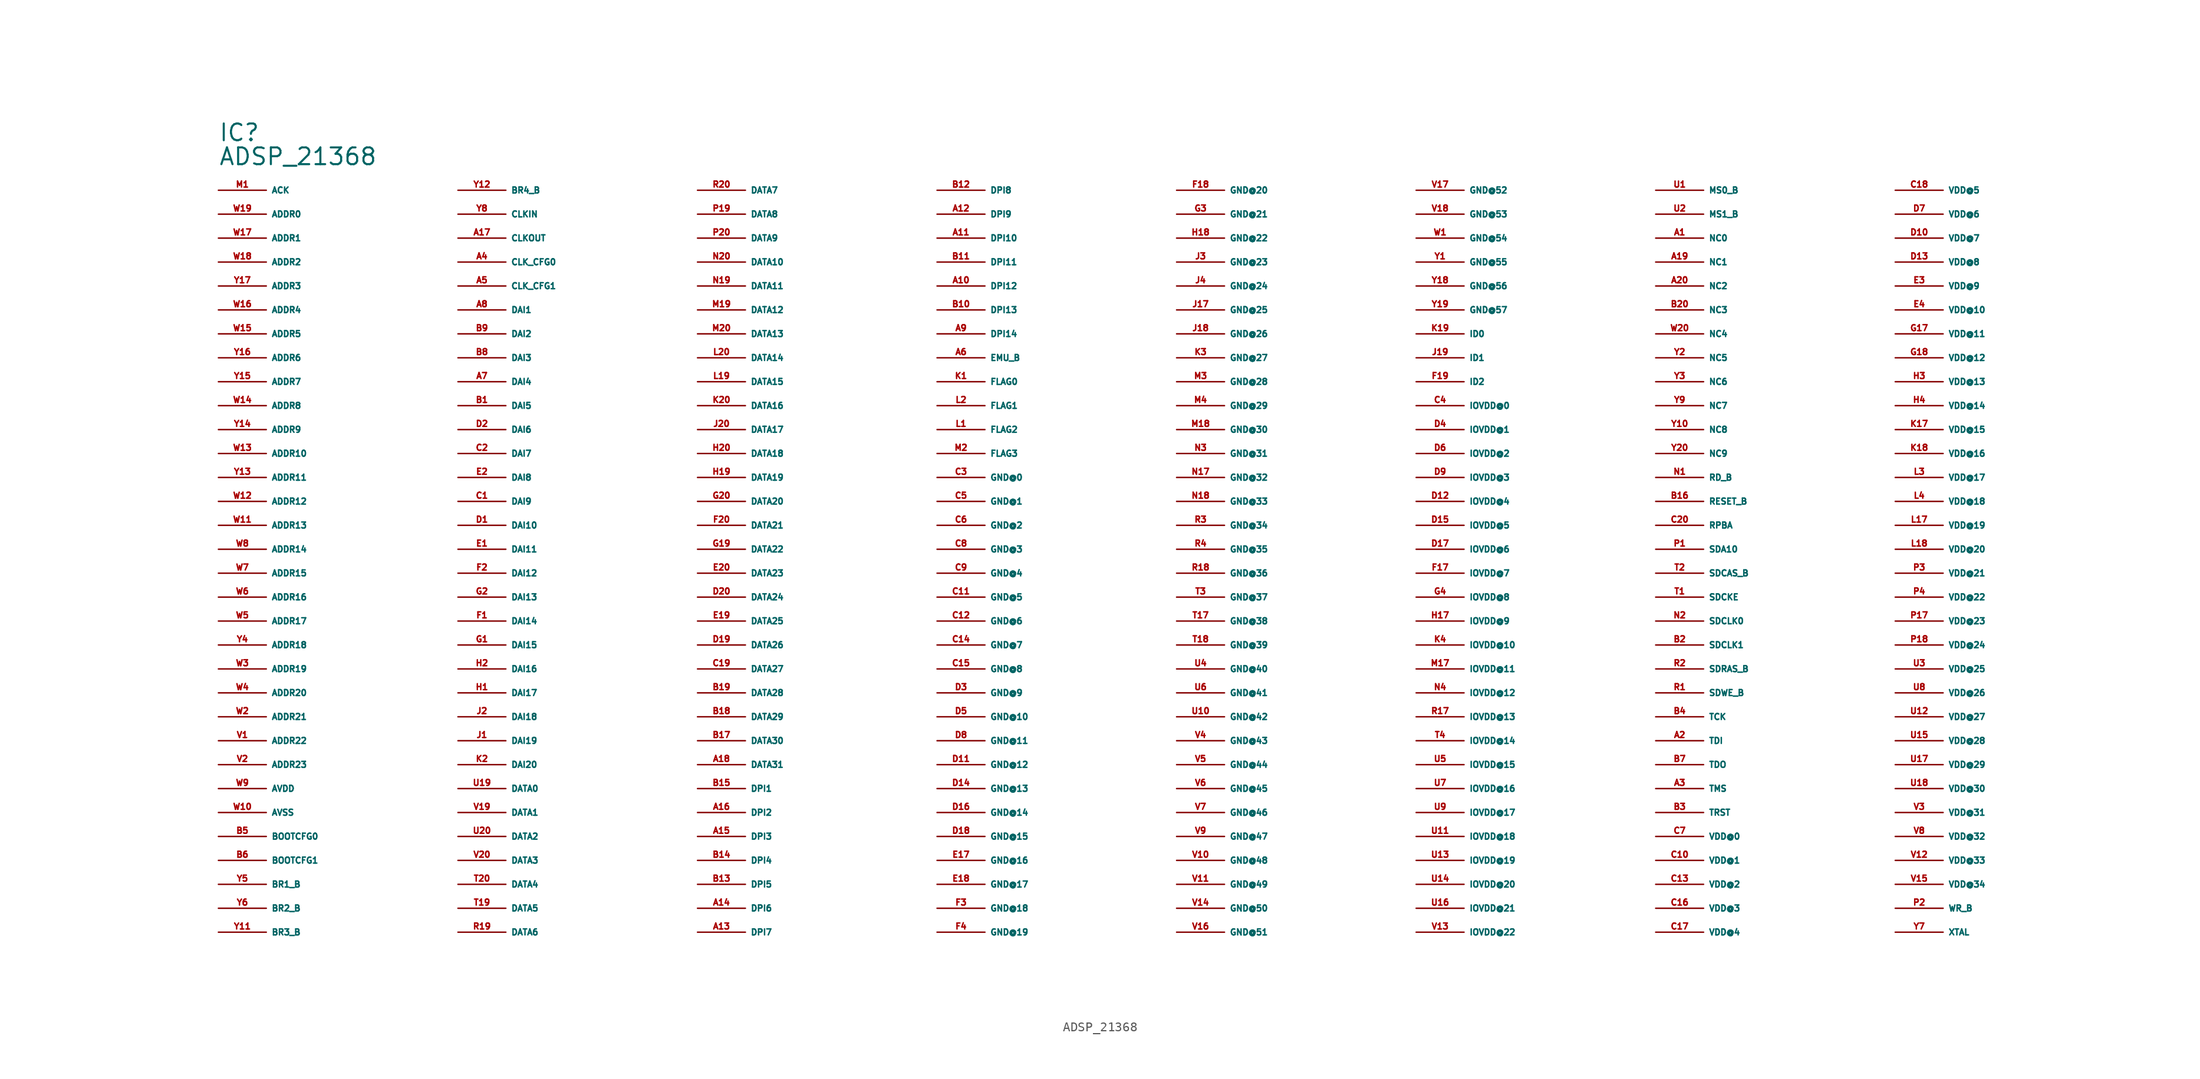
<source format=kicad_sym>
(kicad_symbol_lib
  (version 20220914)
  (generator Eagle2Kicad)
  (symbol "ADSP_21368"
    (property "Reference" "IC"
      (at -106.68 45.72 0)
      (effects (font (size 1.778 1.778) (thickness 0.22)) (justify left bottom)))
    (property "Value" "ADSP_21368"
      (at -106.68 43.18 0)
      (effects (font (size 1.778 1.778) (thickness 0.22)) (justify left bottom)))
    (pin input line
      (at -106.68 40.64 0)
      (length 5.08)
      (name "ACK" (effects (font (size 0.635 0.635) (thickness 0.08)) (justify left bottom)))
      (number "M1" (effects (font (size 0.635 0.635) (thickness 0.08)) (justify left bottom))))
    (pin output line
      (at -106.68 38.1 0)
      (length 5.08)
      (name "ADDR0" (effects (font (size 0.635 0.635) (thickness 0.08)) (justify left bottom)))
      (number "W19" (effects (font (size 0.635 0.635) (thickness 0.08)) (justify left bottom))))
    (pin output line
      (at -106.68 35.56 0)
      (length 5.08)
      (name "ADDR1" (effects (font (size 0.635 0.635) (thickness 0.08)) (justify left bottom)))
      (number "W17" (effects (font (size 0.635 0.635) (thickness 0.08)) (justify left bottom))))
    (pin output line
      (at -106.68 33.02 0)
      (length 5.08)
      (name "ADDR2" (effects (font (size 0.635 0.635) (thickness 0.08)) (justify left bottom)))
      (number "W18" (effects (font (size 0.635 0.635) (thickness 0.08)) (justify left bottom))))
    (pin output line
      (at -106.68 30.48 0)
      (length 5.08)
      (name "ADDR3" (effects (font (size 0.635 0.635) (thickness 0.08)) (justify left bottom)))
      (number "Y17" (effects (font (size 0.635 0.635) (thickness 0.08)) (justify left bottom))))
    (pin output line
      (at -106.68 27.94 0)
      (length 5.08)
      (name "ADDR4" (effects (font (size 0.635 0.635) (thickness 0.08)) (justify left bottom)))
      (number "W16" (effects (font (size 0.635 0.635) (thickness 0.08)) (justify left bottom))))
    (pin output line
      (at -106.68 25.4 0)
      (length 5.08)
      (name "ADDR5" (effects (font (size 0.635 0.635) (thickness 0.08)) (justify left bottom)))
      (number "W15" (effects (font (size 0.635 0.635) (thickness 0.08)) (justify left bottom))))
    (pin output line
      (at -106.68 22.86 0)
      (length 5.08)
      (name "ADDR6" (effects (font (size 0.635 0.635) (thickness 0.08)) (justify left bottom)))
      (number "Y16" (effects (font (size 0.635 0.635) (thickness 0.08)) (justify left bottom))))
    (pin output line
      (at -106.68 20.32 0)
      (length 5.08)
      (name "ADDR7" (effects (font (size 0.635 0.635) (thickness 0.08)) (justify left bottom)))
      (number "Y15" (effects (font (size 0.635 0.635) (thickness 0.08)) (justify left bottom))))
    (pin output line
      (at -106.68 17.78 0)
      (length 5.08)
      (name "ADDR8" (effects (font (size 0.635 0.635) (thickness 0.08)) (justify left bottom)))
      (number "W14" (effects (font (size 0.635 0.635) (thickness 0.08)) (justify left bottom))))
    (pin output line
      (at -106.68 15.24 0)
      (length 5.08)
      (name "ADDR9" (effects (font (size 0.635 0.635) (thickness 0.08)) (justify left bottom)))
      (number "Y14" (effects (font (size 0.635 0.635) (thickness 0.08)) (justify left bottom))))
    (pin output line
      (at -106.68 12.7 0)
      (length 5.08)
      (name "ADDR10" (effects (font (size 0.635 0.635) (thickness 0.08)) (justify left bottom)))
      (number "W13" (effects (font (size 0.635 0.635) (thickness 0.08)) (justify left bottom))))
    (pin output line
      (at -106.68 10.16 0)
      (length 5.08)
      (name "ADDR11" (effects (font (size 0.635 0.635) (thickness 0.08)) (justify left bottom)))
      (number "Y13" (effects (font (size 0.635 0.635) (thickness 0.08)) (justify left bottom))))
    (pin output line
      (at -106.68 7.62 0)
      (length 5.08)
      (name "ADDR12" (effects (font (size 0.635 0.635) (thickness 0.08)) (justify left bottom)))
      (number "W12" (effects (font (size 0.635 0.635) (thickness 0.08)) (justify left bottom))))
    (pin output line
      (at -106.68 5.08 0)
      (length 5.08)
      (name "ADDR13" (effects (font (size 0.635 0.635) (thickness 0.08)) (justify left bottom)))
      (number "W11" (effects (font (size 0.635 0.635) (thickness 0.08)) (justify left bottom))))
    (pin output line
      (at -106.68 2.54 0)
      (length 5.08)
      (name "ADDR14" (effects (font (size 0.635 0.635) (thickness 0.08)) (justify left bottom)))
      (number "W8" (effects (font (size 0.635 0.635) (thickness 0.08)) (justify left bottom))))
    (pin output line
      (at -106.68 0 0)
      (length 5.08)
      (name "ADDR15" (effects (font (size 0.635 0.635) (thickness 0.08)) (justify left bottom)))
      (number "W7" (effects (font (size 0.635 0.635) (thickness 0.08)) (justify left bottom))))
    (pin output line
      (at -106.68 -2.54 0)
      (length 5.08)
      (name "ADDR16" (effects (font (size 0.635 0.635) (thickness 0.08)) (justify left bottom)))
      (number "W6" (effects (font (size 0.635 0.635) (thickness 0.08)) (justify left bottom))))
    (pin output line
      (at -106.68 -5.08 0)
      (length 5.08)
      (name "ADDR17" (effects (font (size 0.635 0.635) (thickness 0.08)) (justify left bottom)))
      (number "W5" (effects (font (size 0.635 0.635) (thickness 0.08)) (justify left bottom))))
    (pin output line
      (at -106.68 -7.62 0)
      (length 5.08)
      (name "ADDR18" (effects (font (size 0.635 0.635) (thickness 0.08)) (justify left bottom)))
      (number "Y4" (effects (font (size 0.635 0.635) (thickness 0.08)) (justify left bottom))))
    (pin output line
      (at -106.68 -10.16 0)
      (length 5.08)
      (name "ADDR19" (effects (font (size 0.635 0.635) (thickness 0.08)) (justify left bottom)))
      (number "W3" (effects (font (size 0.635 0.635) (thickness 0.08)) (justify left bottom))))
    (pin output line
      (at -106.68 -12.7 0)
      (length 5.08)
      (name "ADDR20" (effects (font (size 0.635 0.635) (thickness 0.08)) (justify left bottom)))
      (number "W4" (effects (font (size 0.635 0.635) (thickness 0.08)) (justify left bottom))))
    (pin output line
      (at -106.68 -15.24 0)
      (length 5.08)
      (name "ADDR21" (effects (font (size 0.635 0.635) (thickness 0.08)) (justify left bottom)))
      (number "W2" (effects (font (size 0.635 0.635) (thickness 0.08)) (justify left bottom))))
    (pin output line
      (at -106.68 -17.78 0)
      (length 5.08)
      (name "ADDR22" (effects (font (size 0.635 0.635) (thickness 0.08)) (justify left bottom)))
      (number "V1" (effects (font (size 0.635 0.635) (thickness 0.08)) (justify left bottom))))
    (pin output line
      (at -106.68 -20.32 0)
      (length 5.08)
      (name "ADDR23" (effects (font (size 0.635 0.635) (thickness 0.08)) (justify left bottom)))
      (number "V2" (effects (font (size 0.635 0.635) (thickness 0.08)) (justify left bottom))))
    (pin unspecified line
      (at -106.68 -22.86 0)
      (length 5.08)
      (name "AVDD" (effects (font (size 0.635 0.635) (thickness 0.08)) (justify left bottom)))
      (number "W9" (effects (font (size 0.635 0.635) (thickness 0.08)) (justify left bottom))))
    (pin unspecified line
      (at -106.68 -25.4 0)
      (length 5.08)
      (name "AVSS" (effects (font (size 0.635 0.635) (thickness 0.08)) (justify left bottom)))
      (number "W10" (effects (font (size 0.635 0.635) (thickness 0.08)) (justify left bottom))))
    (pin input line
      (at -106.68 -27.94 0)
      (length 5.08)
      (name "BOOTCFG0" (effects (font (size 0.635 0.635) (thickness 0.08)) (justify left bottom)))
      (number "B5" (effects (font (size 0.635 0.635) (thickness 0.08)) (justify left bottom))))
    (pin input line
      (at -106.68 -30.48 0)
      (length 5.08)
      (name "BOOTCFG1" (effects (font (size 0.635 0.635) (thickness 0.08)) (justify left bottom)))
      (number "B6" (effects (font (size 0.635 0.635) (thickness 0.08)) (justify left bottom))))
    (pin bidirectional line
      (at -106.68 -33.02 0)
      (length 5.08)
      (name "BR1_B" (effects (font (size 0.635 0.635) (thickness 0.08)) (justify left bottom)))
      (number "Y5" (effects (font (size 0.635 0.635) (thickness 0.08)) (justify left bottom))))
    (pin bidirectional line
      (at -106.68 -35.56 0)
      (length 5.08)
      (name "BR2_B" (effects (font (size 0.635 0.635) (thickness 0.08)) (justify left bottom)))
      (number "Y6" (effects (font (size 0.635 0.635) (thickness 0.08)) (justify left bottom))))
    (pin bidirectional line
      (at -106.68 -38.1 0)
      (length 5.08)
      (name "BR3_B" (effects (font (size 0.635 0.635) (thickness 0.08)) (justify left bottom)))
      (number "Y11" (effects (font (size 0.635 0.635) (thickness 0.08)) (justify left bottom))))
    (pin bidirectional line
      (at -81.28 40.64 0)
      (length 5.08)
      (name "BR4_B" (effects (font (size 0.635 0.635) (thickness 0.08)) (justify left bottom)))
      (number "Y12" (effects (font (size 0.635 0.635) (thickness 0.08)) (justify left bottom))))
    (pin input line
      (at -81.28 38.1 0)
      (length 5.08)
      (name "CLKIN" (effects (font (size 0.635 0.635) (thickness 0.08)) (justify left bottom)))
      (number "Y8" (effects (font (size 0.635 0.635) (thickness 0.08)) (justify left bottom))))
    (pin output line
      (at -81.28 35.56 0)
      (length 5.08)
      (name "CLKOUT" (effects (font (size 0.635 0.635) (thickness 0.08)) (justify left bottom)))
      (number "A17" (effects (font (size 0.635 0.635) (thickness 0.08)) (justify left bottom))))
    (pin input line
      (at -81.28 33.02 0)
      (length 5.08)
      (name "CLK_CFG0" (effects (font (size 0.635 0.635) (thickness 0.08)) (justify left bottom)))
      (number "A4" (effects (font (size 0.635 0.635) (thickness 0.08)) (justify left bottom))))
    (pin input line
      (at -81.28 30.48 0)
      (length 5.08)
      (name "CLK_CFG1" (effects (font (size 0.635 0.635) (thickness 0.08)) (justify left bottom)))
      (number "A5" (effects (font (size 0.635 0.635) (thickness 0.08)) (justify left bottom))))
    (pin bidirectional line
      (at -81.28 27.94 0)
      (length 5.08)
      (name "DAI1" (effects (font (size 0.635 0.635) (thickness 0.08)) (justify left bottom)))
      (number "A8" (effects (font (size 0.635 0.635) (thickness 0.08)) (justify left bottom))))
    (pin bidirectional line
      (at -81.28 25.4 0)
      (length 5.08)
      (name "DAI2" (effects (font (size 0.635 0.635) (thickness 0.08)) (justify left bottom)))
      (number "B9" (effects (font (size 0.635 0.635) (thickness 0.08)) (justify left bottom))))
    (pin bidirectional line
      (at -81.28 22.86 0)
      (length 5.08)
      (name "DAI3" (effects (font (size 0.635 0.635) (thickness 0.08)) (justify left bottom)))
      (number "B8" (effects (font (size 0.635 0.635) (thickness 0.08)) (justify left bottom))))
    (pin bidirectional line
      (at -81.28 20.32 0)
      (length 5.08)
      (name "DAI4" (effects (font (size 0.635 0.635) (thickness 0.08)) (justify left bottom)))
      (number "A7" (effects (font (size 0.635 0.635) (thickness 0.08)) (justify left bottom))))
    (pin bidirectional line
      (at -81.28 17.78 0)
      (length 5.08)
      (name "DAI5" (effects (font (size 0.635 0.635) (thickness 0.08)) (justify left bottom)))
      (number "B1" (effects (font (size 0.635 0.635) (thickness 0.08)) (justify left bottom))))
    (pin bidirectional line
      (at -81.28 15.24 0)
      (length 5.08)
      (name "DAI6" (effects (font (size 0.635 0.635) (thickness 0.08)) (justify left bottom)))
      (number "D2" (effects (font (size 0.635 0.635) (thickness 0.08)) (justify left bottom))))
    (pin bidirectional line
      (at -81.28 12.7 0)
      (length 5.08)
      (name "DAI7" (effects (font (size 0.635 0.635) (thickness 0.08)) (justify left bottom)))
      (number "C2" (effects (font (size 0.635 0.635) (thickness 0.08)) (justify left bottom))))
    (pin bidirectional line
      (at -81.28 10.16 0)
      (length 5.08)
      (name "DAI8" (effects (font (size 0.635 0.635) (thickness 0.08)) (justify left bottom)))
      (number "E2" (effects (font (size 0.635 0.635) (thickness 0.08)) (justify left bottom))))
    (pin bidirectional line
      (at -81.28 7.62 0)
      (length 5.08)
      (name "DAI9" (effects (font (size 0.635 0.635) (thickness 0.08)) (justify left bottom)))
      (number "C1" (effects (font (size 0.635 0.635) (thickness 0.08)) (justify left bottom))))
    (pin bidirectional line
      (at -81.28 5.08 0)
      (length 5.08)
      (name "DAI10" (effects (font (size 0.635 0.635) (thickness 0.08)) (justify left bottom)))
      (number "D1" (effects (font (size 0.635 0.635) (thickness 0.08)) (justify left bottom))))
    (pin bidirectional line
      (at -81.28 2.54 0)
      (length 5.08)
      (name "DAI11" (effects (font (size 0.635 0.635) (thickness 0.08)) (justify left bottom)))
      (number "E1" (effects (font (size 0.635 0.635) (thickness 0.08)) (justify left bottom))))
    (pin bidirectional line
      (at -81.28 0 0)
      (length 5.08)
      (name "DAI12" (effects (font (size 0.635 0.635) (thickness 0.08)) (justify left bottom)))
      (number "F2" (effects (font (size 0.635 0.635) (thickness 0.08)) (justify left bottom))))
    (pin bidirectional line
      (at -81.28 -2.54 0)
      (length 5.08)
      (name "DAI13" (effects (font (size 0.635 0.635) (thickness 0.08)) (justify left bottom)))
      (number "G2" (effects (font (size 0.635 0.635) (thickness 0.08)) (justify left bottom))))
    (pin bidirectional line
      (at -81.28 -5.08 0)
      (length 5.08)
      (name "DAI14" (effects (font (size 0.635 0.635) (thickness 0.08)) (justify left bottom)))
      (number "F1" (effects (font (size 0.635 0.635) (thickness 0.08)) (justify left bottom))))
    (pin bidirectional line
      (at -81.28 -7.62 0)
      (length 5.08)
      (name "DAI15" (effects (font (size 0.635 0.635) (thickness 0.08)) (justify left bottom)))
      (number "G1" (effects (font (size 0.635 0.635) (thickness 0.08)) (justify left bottom))))
    (pin bidirectional line
      (at -81.28 -10.16 0)
      (length 5.08)
      (name "DAI16" (effects (font (size 0.635 0.635) (thickness 0.08)) (justify left bottom)))
      (number "H2" (effects (font (size 0.635 0.635) (thickness 0.08)) (justify left bottom))))
    (pin bidirectional line
      (at -81.28 -12.7 0)
      (length 5.08)
      (name "DAI17" (effects (font (size 0.635 0.635) (thickness 0.08)) (justify left bottom)))
      (number "H1" (effects (font (size 0.635 0.635) (thickness 0.08)) (justify left bottom))))
    (pin bidirectional line
      (at -81.28 -15.24 0)
      (length 5.08)
      (name "DAI18" (effects (font (size 0.635 0.635) (thickness 0.08)) (justify left bottom)))
      (number "J2" (effects (font (size 0.635 0.635) (thickness 0.08)) (justify left bottom))))
    (pin bidirectional line
      (at -81.28 -17.78 0)
      (length 5.08)
      (name "DAI19" (effects (font (size 0.635 0.635) (thickness 0.08)) (justify left bottom)))
      (number "J1" (effects (font (size 0.635 0.635) (thickness 0.08)) (justify left bottom))))
    (pin bidirectional line
      (at -81.28 -20.32 0)
      (length 5.08)
      (name "DAI20" (effects (font (size 0.635 0.635) (thickness 0.08)) (justify left bottom)))
      (number "K2" (effects (font (size 0.635 0.635) (thickness 0.08)) (justify left bottom))))
    (pin bidirectional line
      (at -81.28 -22.86 0)
      (length 5.08)
      (name "DATA0" (effects (font (size 0.635 0.635) (thickness 0.08)) (justify left bottom)))
      (number "U19" (effects (font (size 0.635 0.635) (thickness 0.08)) (justify left bottom))))
    (pin bidirectional line
      (at -81.28 -25.4 0)
      (length 5.08)
      (name "DATA1" (effects (font (size 0.635 0.635) (thickness 0.08)) (justify left bottom)))
      (number "V19" (effects (font (size 0.635 0.635) (thickness 0.08)) (justify left bottom))))
    (pin bidirectional line
      (at -81.28 -27.94 0)
      (length 5.08)
      (name "DATA2" (effects (font (size 0.635 0.635) (thickness 0.08)) (justify left bottom)))
      (number "U20" (effects (font (size 0.635 0.635) (thickness 0.08)) (justify left bottom))))
    (pin bidirectional line
      (at -81.28 -30.48 0)
      (length 5.08)
      (name "DATA3" (effects (font (size 0.635 0.635) (thickness 0.08)) (justify left bottom)))
      (number "V20" (effects (font (size 0.635 0.635) (thickness 0.08)) (justify left bottom))))
    (pin bidirectional line
      (at -81.28 -33.02 0)
      (length 5.08)
      (name "DATA4" (effects (font (size 0.635 0.635) (thickness 0.08)) (justify left bottom)))
      (number "T20" (effects (font (size 0.635 0.635) (thickness 0.08)) (justify left bottom))))
    (pin bidirectional line
      (at -81.28 -35.56 0)
      (length 5.08)
      (name "DATA5" (effects (font (size 0.635 0.635) (thickness 0.08)) (justify left bottom)))
      (number "T19" (effects (font (size 0.635 0.635) (thickness 0.08)) (justify left bottom))))
    (pin bidirectional line
      (at -81.28 -38.1 0)
      (length 5.08)
      (name "DATA6" (effects (font (size 0.635 0.635) (thickness 0.08)) (justify left bottom)))
      (number "R19" (effects (font (size 0.635 0.635) (thickness 0.08)) (justify left bottom))))
    (pin bidirectional line
      (at -55.88 40.64 0)
      (length 5.08)
      (name "DATA7" (effects (font (size 0.635 0.635) (thickness 0.08)) (justify left bottom)))
      (number "R20" (effects (font (size 0.635 0.635) (thickness 0.08)) (justify left bottom))))
    (pin bidirectional line
      (at -55.88 38.1 0)
      (length 5.08)
      (name "DATA8" (effects (font (size 0.635 0.635) (thickness 0.08)) (justify left bottom)))
      (number "P19" (effects (font (size 0.635 0.635) (thickness 0.08)) (justify left bottom))))
    (pin bidirectional line
      (at -55.88 35.56 0)
      (length 5.08)
      (name "DATA9" (effects (font (size 0.635 0.635) (thickness 0.08)) (justify left bottom)))
      (number "P20" (effects (font (size 0.635 0.635) (thickness 0.08)) (justify left bottom))))
    (pin bidirectional line
      (at -55.88 33.02 0)
      (length 5.08)
      (name "DATA10" (effects (font (size 0.635 0.635) (thickness 0.08)) (justify left bottom)))
      (number "N20" (effects (font (size 0.635 0.635) (thickness 0.08)) (justify left bottom))))
    (pin bidirectional line
      (at -55.88 30.48 0)
      (length 5.08)
      (name "DATA11" (effects (font (size 0.635 0.635) (thickness 0.08)) (justify left bottom)))
      (number "N19" (effects (font (size 0.635 0.635) (thickness 0.08)) (justify left bottom))))
    (pin bidirectional line
      (at -55.88 27.94 0)
      (length 5.08)
      (name "DATA12" (effects (font (size 0.635 0.635) (thickness 0.08)) (justify left bottom)))
      (number "M19" (effects (font (size 0.635 0.635) (thickness 0.08)) (justify left bottom))))
    (pin bidirectional line
      (at -55.88 25.4 0)
      (length 5.08)
      (name "DATA13" (effects (font (size 0.635 0.635) (thickness 0.08)) (justify left bottom)))
      (number "M20" (effects (font (size 0.635 0.635) (thickness 0.08)) (justify left bottom))))
    (pin bidirectional line
      (at -55.88 22.86 0)
      (length 5.08)
      (name "DATA14" (effects (font (size 0.635 0.635) (thickness 0.08)) (justify left bottom)))
      (number "L20" (effects (font (size 0.635 0.635) (thickness 0.08)) (justify left bottom))))
    (pin bidirectional line
      (at -55.88 20.32 0)
      (length 5.08)
      (name "DATA15" (effects (font (size 0.635 0.635) (thickness 0.08)) (justify left bottom)))
      (number "L19" (effects (font (size 0.635 0.635) (thickness 0.08)) (justify left bottom))))
    (pin bidirectional line
      (at -55.88 17.78 0)
      (length 5.08)
      (name "DATA16" (effects (font (size 0.635 0.635) (thickness 0.08)) (justify left bottom)))
      (number "K20" (effects (font (size 0.635 0.635) (thickness 0.08)) (justify left bottom))))
    (pin bidirectional line
      (at -55.88 15.24 0)
      (length 5.08)
      (name "DATA17" (effects (font (size 0.635 0.635) (thickness 0.08)) (justify left bottom)))
      (number "J20" (effects (font (size 0.635 0.635) (thickness 0.08)) (justify left bottom))))
    (pin bidirectional line
      (at -55.88 12.7 0)
      (length 5.08)
      (name "DATA18" (effects (font (size 0.635 0.635) (thickness 0.08)) (justify left bottom)))
      (number "H20" (effects (font (size 0.635 0.635) (thickness 0.08)) (justify left bottom))))
    (pin bidirectional line
      (at -55.88 10.16 0)
      (length 5.08)
      (name "DATA19" (effects (font (size 0.635 0.635) (thickness 0.08)) (justify left bottom)))
      (number "H19" (effects (font (size 0.635 0.635) (thickness 0.08)) (justify left bottom))))
    (pin bidirectional line
      (at -55.88 7.62 0)
      (length 5.08)
      (name "DATA20" (effects (font (size 0.635 0.635) (thickness 0.08)) (justify left bottom)))
      (number "G20" (effects (font (size 0.635 0.635) (thickness 0.08)) (justify left bottom))))
    (pin bidirectional line
      (at -55.88 5.08 0)
      (length 5.08)
      (name "DATA21" (effects (font (size 0.635 0.635) (thickness 0.08)) (justify left bottom)))
      (number "F20" (effects (font (size 0.635 0.635) (thickness 0.08)) (justify left bottom))))
    (pin bidirectional line
      (at -55.88 2.54 0)
      (length 5.08)
      (name "DATA22" (effects (font (size 0.635 0.635) (thickness 0.08)) (justify left bottom)))
      (number "G19" (effects (font (size 0.635 0.635) (thickness 0.08)) (justify left bottom))))
    (pin bidirectional line
      (at -55.88 0 0)
      (length 5.08)
      (name "DATA23" (effects (font (size 0.635 0.635) (thickness 0.08)) (justify left bottom)))
      (number "E20" (effects (font (size 0.635 0.635) (thickness 0.08)) (justify left bottom))))
    (pin bidirectional line
      (at -55.88 -2.54 0)
      (length 5.08)
      (name "DATA24" (effects (font (size 0.635 0.635) (thickness 0.08)) (justify left bottom)))
      (number "D20" (effects (font (size 0.635 0.635) (thickness 0.08)) (justify left bottom))))
    (pin bidirectional line
      (at -55.88 -5.08 0)
      (length 5.08)
      (name "DATA25" (effects (font (size 0.635 0.635) (thickness 0.08)) (justify left bottom)))
      (number "E19" (effects (font (size 0.635 0.635) (thickness 0.08)) (justify left bottom))))
    (pin bidirectional line
      (at -55.88 -7.62 0)
      (length 5.08)
      (name "DATA26" (effects (font (size 0.635 0.635) (thickness 0.08)) (justify left bottom)))
      (number "D19" (effects (font (size 0.635 0.635) (thickness 0.08)) (justify left bottom))))
    (pin bidirectional line
      (at -55.88 -10.16 0)
      (length 5.08)
      (name "DATA27" (effects (font (size 0.635 0.635) (thickness 0.08)) (justify left bottom)))
      (number "C19" (effects (font (size 0.635 0.635) (thickness 0.08)) (justify left bottom))))
    (pin bidirectional line
      (at -55.88 -12.7 0)
      (length 5.08)
      (name "DATA28" (effects (font (size 0.635 0.635) (thickness 0.08)) (justify left bottom)))
      (number "B19" (effects (font (size 0.635 0.635) (thickness 0.08)) (justify left bottom))))
    (pin bidirectional line
      (at -55.88 -15.24 0)
      (length 5.08)
      (name "DATA29" (effects (font (size 0.635 0.635) (thickness 0.08)) (justify left bottom)))
      (number "B18" (effects (font (size 0.635 0.635) (thickness 0.08)) (justify left bottom))))
    (pin bidirectional line
      (at -55.88 -17.78 0)
      (length 5.08)
      (name "DATA30" (effects (font (size 0.635 0.635) (thickness 0.08)) (justify left bottom)))
      (number "B17" (effects (font (size 0.635 0.635) (thickness 0.08)) (justify left bottom))))
    (pin bidirectional line
      (at -55.88 -20.32 0)
      (length 5.08)
      (name "DATA31" (effects (font (size 0.635 0.635) (thickness 0.08)) (justify left bottom)))
      (number "A18" (effects (font (size 0.635 0.635) (thickness 0.08)) (justify left bottom))))
    (pin bidirectional line
      (at -55.88 -22.86 0)
      (length 5.08)
      (name "DPI1" (effects (font (size 0.635 0.635) (thickness 0.08)) (justify left bottom)))
      (number "B15" (effects (font (size 0.635 0.635) (thickness 0.08)) (justify left bottom))))
    (pin bidirectional line
      (at -55.88 -25.4 0)
      (length 5.08)
      (name "DPI2" (effects (font (size 0.635 0.635) (thickness 0.08)) (justify left bottom)))
      (number "A16" (effects (font (size 0.635 0.635) (thickness 0.08)) (justify left bottom))))
    (pin bidirectional line
      (at -55.88 -27.94 0)
      (length 5.08)
      (name "DPI3" (effects (font (size 0.635 0.635) (thickness 0.08)) (justify left bottom)))
      (number "A15" (effects (font (size 0.635 0.635) (thickness 0.08)) (justify left bottom))))
    (pin bidirectional line
      (at -55.88 -30.48 0)
      (length 5.08)
      (name "DPI4" (effects (font (size 0.635 0.635) (thickness 0.08)) (justify left bottom)))
      (number "B14" (effects (font (size 0.635 0.635) (thickness 0.08)) (justify left bottom))))
    (pin bidirectional line
      (at -55.88 -33.02 0)
      (length 5.08)
      (name "DPI5" (effects (font (size 0.635 0.635) (thickness 0.08)) (justify left bottom)))
      (number "B13" (effects (font (size 0.635 0.635) (thickness 0.08)) (justify left bottom))))
    (pin bidirectional line
      (at -55.88 -35.56 0)
      (length 5.08)
      (name "DPI6" (effects (font (size 0.635 0.635) (thickness 0.08)) (justify left bottom)))
      (number "A14" (effects (font (size 0.635 0.635) (thickness 0.08)) (justify left bottom))))
    (pin bidirectional line
      (at -55.88 -38.1 0)
      (length 5.08)
      (name "DPI7" (effects (font (size 0.635 0.635) (thickness 0.08)) (justify left bottom)))
      (number "A13" (effects (font (size 0.635 0.635) (thickness 0.08)) (justify left bottom))))
    (pin bidirectional line
      (at -30.48 40.64 0)
      (length 5.08)
      (name "DPI8" (effects (font (size 0.635 0.635) (thickness 0.08)) (justify left bottom)))
      (number "B12" (effects (font (size 0.635 0.635) (thickness 0.08)) (justify left bottom))))
    (pin bidirectional line
      (at -30.48 38.1 0)
      (length 5.08)
      (name "DPI9" (effects (font (size 0.635 0.635) (thickness 0.08)) (justify left bottom)))
      (number "A12" (effects (font (size 0.635 0.635) (thickness 0.08)) (justify left bottom))))
    (pin bidirectional line
      (at -30.48 35.56 0)
      (length 5.08)
      (name "DPI10" (effects (font (size 0.635 0.635) (thickness 0.08)) (justify left bottom)))
      (number "A11" (effects (font (size 0.635 0.635) (thickness 0.08)) (justify left bottom))))
    (pin bidirectional line
      (at -30.48 33.02 0)
      (length 5.08)
      (name "DPI11" (effects (font (size 0.635 0.635) (thickness 0.08)) (justify left bottom)))
      (number "B11" (effects (font (size 0.635 0.635) (thickness 0.08)) (justify left bottom))))
    (pin bidirectional line
      (at -30.48 30.48 0)
      (length 5.08)
      (name "DPI12" (effects (font (size 0.635 0.635) (thickness 0.08)) (justify left bottom)))
      (number "A10" (effects (font (size 0.635 0.635) (thickness 0.08)) (justify left bottom))))
    (pin bidirectional line
      (at -30.48 27.94 0)
      (length 5.08)
      (name "DPI13" (effects (font (size 0.635 0.635) (thickness 0.08)) (justify left bottom)))
      (number "B10" (effects (font (size 0.635 0.635) (thickness 0.08)) (justify left bottom))))
    (pin bidirectional line
      (at -30.48 25.4 0)
      (length 5.08)
      (name "DPI14" (effects (font (size 0.635 0.635) (thickness 0.08)) (justify left bottom)))
      (number "A9" (effects (font (size 0.635 0.635) (thickness 0.08)) (justify left bottom))))
    (pin output line
      (at -30.48 22.86 0)
      (length 5.08)
      (name "EMU_B" (effects (font (size 0.635 0.635) (thickness 0.08)) (justify left bottom)))
      (number "A6" (effects (font (size 0.635 0.635) (thickness 0.08)) (justify left bottom))))
    (pin bidirectional line
      (at -30.48 20.32 0)
      (length 5.08)
      (name "FLAG0" (effects (font (size 0.635 0.635) (thickness 0.08)) (justify left bottom)))
      (number "K1" (effects (font (size 0.635 0.635) (thickness 0.08)) (justify left bottom))))
    (pin bidirectional line
      (at -30.48 17.78 0)
      (length 5.08)
      (name "FLAG1" (effects (font (size 0.635 0.635) (thickness 0.08)) (justify left bottom)))
      (number "L2" (effects (font (size 0.635 0.635) (thickness 0.08)) (justify left bottom))))
    (pin bidirectional line
      (at -30.48 15.24 0)
      (length 5.08)
      (name "FLAG2" (effects (font (size 0.635 0.635) (thickness 0.08)) (justify left bottom)))
      (number "L1" (effects (font (size 0.635 0.635) (thickness 0.08)) (justify left bottom))))
    (pin bidirectional line
      (at -30.48 12.7 0)
      (length 5.08)
      (name "FLAG3" (effects (font (size 0.635 0.635) (thickness 0.08)) (justify left bottom)))
      (number "M2" (effects (font (size 0.635 0.635) (thickness 0.08)) (justify left bottom))))
    (pin unspecified line
      (at -30.48 10.16 0)
      (length 5.08)
      (name "GND@0" (effects (font (size 0.635 0.635) (thickness 0.08)) (justify left bottom)))
      (number "C3" (effects (font (size 0.635 0.635) (thickness 0.08)) (justify left bottom))))
    (pin unspecified line
      (at -30.48 7.62 0)
      (length 5.08)
      (name "GND@1" (effects (font (size 0.635 0.635) (thickness 0.08)) (justify left bottom)))
      (number "C5" (effects (font (size 0.635 0.635) (thickness 0.08)) (justify left bottom))))
    (pin unspecified line
      (at -30.48 5.08 0)
      (length 5.08)
      (name "GND@2" (effects (font (size 0.635 0.635) (thickness 0.08)) (justify left bottom)))
      (number "C6" (effects (font (size 0.635 0.635) (thickness 0.08)) (justify left bottom))))
    (pin unspecified line
      (at -30.48 2.54 0)
      (length 5.08)
      (name "GND@3" (effects (font (size 0.635 0.635) (thickness 0.08)) (justify left bottom)))
      (number "C8" (effects (font (size 0.635 0.635) (thickness 0.08)) (justify left bottom))))
    (pin unspecified line
      (at -30.48 0 0)
      (length 5.08)
      (name "GND@4" (effects (font (size 0.635 0.635) (thickness 0.08)) (justify left bottom)))
      (number "C9" (effects (font (size 0.635 0.635) (thickness 0.08)) (justify left bottom))))
    (pin unspecified line
      (at -30.48 -2.54 0)
      (length 5.08)
      (name "GND@5" (effects (font (size 0.635 0.635) (thickness 0.08)) (justify left bottom)))
      (number "C11" (effects (font (size 0.635 0.635) (thickness 0.08)) (justify left bottom))))
    (pin unspecified line
      (at -30.48 -5.08 0)
      (length 5.08)
      (name "GND@6" (effects (font (size 0.635 0.635) (thickness 0.08)) (justify left bottom)))
      (number "C12" (effects (font (size 0.635 0.635) (thickness 0.08)) (justify left bottom))))
    (pin unspecified line
      (at -30.48 -7.62 0)
      (length 5.08)
      (name "GND@7" (effects (font (size 0.635 0.635) (thickness 0.08)) (justify left bottom)))
      (number "C14" (effects (font (size 0.635 0.635) (thickness 0.08)) (justify left bottom))))
    (pin unspecified line
      (at -30.48 -10.16 0)
      (length 5.08)
      (name "GND@8" (effects (font (size 0.635 0.635) (thickness 0.08)) (justify left bottom)))
      (number "C15" (effects (font (size 0.635 0.635) (thickness 0.08)) (justify left bottom))))
    (pin unspecified line
      (at -30.48 -12.7 0)
      (length 5.08)
      (name "GND@9" (effects (font (size 0.635 0.635) (thickness 0.08)) (justify left bottom)))
      (number "D3" (effects (font (size 0.635 0.635) (thickness 0.08)) (justify left bottom))))
    (pin unspecified line
      (at -30.48 -15.24 0)
      (length 5.08)
      (name "GND@10" (effects (font (size 0.635 0.635) (thickness 0.08)) (justify left bottom)))
      (number "D5" (effects (font (size 0.635 0.635) (thickness 0.08)) (justify left bottom))))
    (pin unspecified line
      (at -30.48 -17.78 0)
      (length 5.08)
      (name "GND@11" (effects (font (size 0.635 0.635) (thickness 0.08)) (justify left bottom)))
      (number "D8" (effects (font (size 0.635 0.635) (thickness 0.08)) (justify left bottom))))
    (pin unspecified line
      (at -30.48 -20.32 0)
      (length 5.08)
      (name "GND@12" (effects (font (size 0.635 0.635) (thickness 0.08)) (justify left bottom)))
      (number "D11" (effects (font (size 0.635 0.635) (thickness 0.08)) (justify left bottom))))
    (pin unspecified line
      (at -30.48 -22.86 0)
      (length 5.08)
      (name "GND@13" (effects (font (size 0.635 0.635) (thickness 0.08)) (justify left bottom)))
      (number "D14" (effects (font (size 0.635 0.635) (thickness 0.08)) (justify left bottom))))
    (pin unspecified line
      (at -30.48 -25.4 0)
      (length 5.08)
      (name "GND@14" (effects (font (size 0.635 0.635) (thickness 0.08)) (justify left bottom)))
      (number "D16" (effects (font (size 0.635 0.635) (thickness 0.08)) (justify left bottom))))
    (pin unspecified line
      (at -30.48 -27.94 0)
      (length 5.08)
      (name "GND@15" (effects (font (size 0.635 0.635) (thickness 0.08)) (justify left bottom)))
      (number "D18" (effects (font (size 0.635 0.635) (thickness 0.08)) (justify left bottom))))
    (pin unspecified line
      (at -30.48 -30.48 0)
      (length 5.08)
      (name "GND@16" (effects (font (size 0.635 0.635) (thickness 0.08)) (justify left bottom)))
      (number "E17" (effects (font (size 0.635 0.635) (thickness 0.08)) (justify left bottom))))
    (pin unspecified line
      (at -30.48 -33.02 0)
      (length 5.08)
      (name "GND@17" (effects (font (size 0.635 0.635) (thickness 0.08)) (justify left bottom)))
      (number "E18" (effects (font (size 0.635 0.635) (thickness 0.08)) (justify left bottom))))
    (pin unspecified line
      (at -30.48 -35.56 0)
      (length 5.08)
      (name "GND@18" (effects (font (size 0.635 0.635) (thickness 0.08)) (justify left bottom)))
      (number "F3" (effects (font (size 0.635 0.635) (thickness 0.08)) (justify left bottom))))
    (pin unspecified line
      (at -30.48 -38.1 0)
      (length 5.08)
      (name "GND@19" (effects (font (size 0.635 0.635) (thickness 0.08)) (justify left bottom)))
      (number "F4" (effects (font (size 0.635 0.635) (thickness 0.08)) (justify left bottom))))
    (pin unspecified line
      (at -5.08 40.64 0)
      (length 5.08)
      (name "GND@20" (effects (font (size 0.635 0.635) (thickness 0.08)) (justify left bottom)))
      (number "F18" (effects (font (size 0.635 0.635) (thickness 0.08)) (justify left bottom))))
    (pin unspecified line
      (at -5.08 38.1 0)
      (length 5.08)
      (name "GND@21" (effects (font (size 0.635 0.635) (thickness 0.08)) (justify left bottom)))
      (number "G3" (effects (font (size 0.635 0.635) (thickness 0.08)) (justify left bottom))))
    (pin unspecified line
      (at -5.08 35.56 0)
      (length 5.08)
      (name "GND@22" (effects (font (size 0.635 0.635) (thickness 0.08)) (justify left bottom)))
      (number "H18" (effects (font (size 0.635 0.635) (thickness 0.08)) (justify left bottom))))
    (pin unspecified line
      (at -5.08 33.02 0)
      (length 5.08)
      (name "GND@23" (effects (font (size 0.635 0.635) (thickness 0.08)) (justify left bottom)))
      (number "J3" (effects (font (size 0.635 0.635) (thickness 0.08)) (justify left bottom))))
    (pin unspecified line
      (at -5.08 30.48 0)
      (length 5.08)
      (name "GND@24" (effects (font (size 0.635 0.635) (thickness 0.08)) (justify left bottom)))
      (number "J4" (effects (font (size 0.635 0.635) (thickness 0.08)) (justify left bottom))))
    (pin unspecified line
      (at -5.08 27.94 0)
      (length 5.08)
      (name "GND@25" (effects (font (size 0.635 0.635) (thickness 0.08)) (justify left bottom)))
      (number "J17" (effects (font (size 0.635 0.635) (thickness 0.08)) (justify left bottom))))
    (pin unspecified line
      (at -5.08 25.4 0)
      (length 5.08)
      (name "GND@26" (effects (font (size 0.635 0.635) (thickness 0.08)) (justify left bottom)))
      (number "J18" (effects (font (size 0.635 0.635) (thickness 0.08)) (justify left bottom))))
    (pin unspecified line
      (at -5.08 22.86 0)
      (length 5.08)
      (name "GND@27" (effects (font (size 0.635 0.635) (thickness 0.08)) (justify left bottom)))
      (number "K3" (effects (font (size 0.635 0.635) (thickness 0.08)) (justify left bottom))))
    (pin unspecified line
      (at -5.08 20.32 0)
      (length 5.08)
      (name "GND@28" (effects (font (size 0.635 0.635) (thickness 0.08)) (justify left bottom)))
      (number "M3" (effects (font (size 0.635 0.635) (thickness 0.08)) (justify left bottom))))
    (pin unspecified line
      (at -5.08 17.78 0)
      (length 5.08)
      (name "GND@29" (effects (font (size 0.635 0.635) (thickness 0.08)) (justify left bottom)))
      (number "M4" (effects (font (size 0.635 0.635) (thickness 0.08)) (justify left bottom))))
    (pin unspecified line
      (at -5.08 15.24 0)
      (length 5.08)
      (name "GND@30" (effects (font (size 0.635 0.635) (thickness 0.08)) (justify left bottom)))
      (number "M18" (effects (font (size 0.635 0.635) (thickness 0.08)) (justify left bottom))))
    (pin unspecified line
      (at -5.08 12.7 0)
      (length 5.08)
      (name "GND@31" (effects (font (size 0.635 0.635) (thickness 0.08)) (justify left bottom)))
      (number "N3" (effects (font (size 0.635 0.635) (thickness 0.08)) (justify left bottom))))
    (pin unspecified line
      (at -5.08 10.16 0)
      (length 5.08)
      (name "GND@32" (effects (font (size 0.635 0.635) (thickness 0.08)) (justify left bottom)))
      (number "N17" (effects (font (size 0.635 0.635) (thickness 0.08)) (justify left bottom))))
    (pin unspecified line
      (at -5.08 7.62 0)
      (length 5.08)
      (name "GND@33" (effects (font (size 0.635 0.635) (thickness 0.08)) (justify left bottom)))
      (number "N18" (effects (font (size 0.635 0.635) (thickness 0.08)) (justify left bottom))))
    (pin unspecified line
      (at -5.08 5.08 0)
      (length 5.08)
      (name "GND@34" (effects (font (size 0.635 0.635) (thickness 0.08)) (justify left bottom)))
      (number "R3" (effects (font (size 0.635 0.635) (thickness 0.08)) (justify left bottom))))
    (pin unspecified line
      (at -5.08 2.54 0)
      (length 5.08)
      (name "GND@35" (effects (font (size 0.635 0.635) (thickness 0.08)) (justify left bottom)))
      (number "R4" (effects (font (size 0.635 0.635) (thickness 0.08)) (justify left bottom))))
    (pin unspecified line
      (at -5.08 0 0)
      (length 5.08)
      (name "GND@36" (effects (font (size 0.635 0.635) (thickness 0.08)) (justify left bottom)))
      (number "R18" (effects (font (size 0.635 0.635) (thickness 0.08)) (justify left bottom))))
    (pin unspecified line
      (at -5.08 -2.54 0)
      (length 5.08)
      (name "GND@37" (effects (font (size 0.635 0.635) (thickness 0.08)) (justify left bottom)))
      (number "T3" (effects (font (size 0.635 0.635) (thickness 0.08)) (justify left bottom))))
    (pin unspecified line
      (at -5.08 -5.08 0)
      (length 5.08)
      (name "GND@38" (effects (font (size 0.635 0.635) (thickness 0.08)) (justify left bottom)))
      (number "T17" (effects (font (size 0.635 0.635) (thickness 0.08)) (justify left bottom))))
    (pin unspecified line
      (at -5.08 -7.62 0)
      (length 5.08)
      (name "GND@39" (effects (font (size 0.635 0.635) (thickness 0.08)) (justify left bottom)))
      (number "T18" (effects (font (size 0.635 0.635) (thickness 0.08)) (justify left bottom))))
    (pin unspecified line
      (at -5.08 -10.16 0)
      (length 5.08)
      (name "GND@40" (effects (font (size 0.635 0.635) (thickness 0.08)) (justify left bottom)))
      (number "U4" (effects (font (size 0.635 0.635) (thickness 0.08)) (justify left bottom))))
    (pin unspecified line
      (at -5.08 -12.7 0)
      (length 5.08)
      (name "GND@41" (effects (font (size 0.635 0.635) (thickness 0.08)) (justify left bottom)))
      (number "U6" (effects (font (size 0.635 0.635) (thickness 0.08)) (justify left bottom))))
    (pin unspecified line
      (at -5.08 -15.24 0)
      (length 5.08)
      (name "GND@42" (effects (font (size 0.635 0.635) (thickness 0.08)) (justify left bottom)))
      (number "U10" (effects (font (size 0.635 0.635) (thickness 0.08)) (justify left bottom))))
    (pin unspecified line
      (at -5.08 -17.78 0)
      (length 5.08)
      (name "GND@43" (effects (font (size 0.635 0.635) (thickness 0.08)) (justify left bottom)))
      (number "V4" (effects (font (size 0.635 0.635) (thickness 0.08)) (justify left bottom))))
    (pin unspecified line
      (at -5.08 -20.32 0)
      (length 5.08)
      (name "GND@44" (effects (font (size 0.635 0.635) (thickness 0.08)) (justify left bottom)))
      (number "V5" (effects (font (size 0.635 0.635) (thickness 0.08)) (justify left bottom))))
    (pin unspecified line
      (at -5.08 -22.86 0)
      (length 5.08)
      (name "GND@45" (effects (font (size 0.635 0.635) (thickness 0.08)) (justify left bottom)))
      (number "V6" (effects (font (size 0.635 0.635) (thickness 0.08)) (justify left bottom))))
    (pin unspecified line
      (at -5.08 -25.4 0)
      (length 5.08)
      (name "GND@46" (effects (font (size 0.635 0.635) (thickness 0.08)) (justify left bottom)))
      (number "V7" (effects (font (size 0.635 0.635) (thickness 0.08)) (justify left bottom))))
    (pin unspecified line
      (at -5.08 -27.94 0)
      (length 5.08)
      (name "GND@47" (effects (font (size 0.635 0.635) (thickness 0.08)) (justify left bottom)))
      (number "V9" (effects (font (size 0.635 0.635) (thickness 0.08)) (justify left bottom))))
    (pin unspecified line
      (at -5.08 -30.48 0)
      (length 5.08)
      (name "GND@48" (effects (font (size 0.635 0.635) (thickness 0.08)) (justify left bottom)))
      (number "V10" (effects (font (size 0.635 0.635) (thickness 0.08)) (justify left bottom))))
    (pin unspecified line
      (at -5.08 -33.02 0)
      (length 5.08)
      (name "GND@49" (effects (font (size 0.635 0.635) (thickness 0.08)) (justify left bottom)))
      (number "V11" (effects (font (size 0.635 0.635) (thickness 0.08)) (justify left bottom))))
    (pin unspecified line
      (at -5.08 -35.56 0)
      (length 5.08)
      (name "GND@50" (effects (font (size 0.635 0.635) (thickness 0.08)) (justify left bottom)))
      (number "V14" (effects (font (size 0.635 0.635) (thickness 0.08)) (justify left bottom))))
    (pin unspecified line
      (at -5.08 -38.1 0)
      (length 5.08)
      (name "GND@51" (effects (font (size 0.635 0.635) (thickness 0.08)) (justify left bottom)))
      (number "V16" (effects (font (size 0.635 0.635) (thickness 0.08)) (justify left bottom))))
    (pin unspecified line
      (at 20.32 40.64 0)
      (length 5.08)
      (name "GND@52" (effects (font (size 0.635 0.635) (thickness 0.08)) (justify left bottom)))
      (number "V17" (effects (font (size 0.635 0.635) (thickness 0.08)) (justify left bottom))))
    (pin unspecified line
      (at 20.32 38.1 0)
      (length 5.08)
      (name "GND@53" (effects (font (size 0.635 0.635) (thickness 0.08)) (justify left bottom)))
      (number "V18" (effects (font (size 0.635 0.635) (thickness 0.08)) (justify left bottom))))
    (pin unspecified line
      (at 20.32 35.56 0)
      (length 5.08)
      (name "GND@54" (effects (font (size 0.635 0.635) (thickness 0.08)) (justify left bottom)))
      (number "W1" (effects (font (size 0.635 0.635) (thickness 0.08)) (justify left bottom))))
    (pin unspecified line
      (at 20.32 33.02 0)
      (length 5.08)
      (name "GND@55" (effects (font (size 0.635 0.635) (thickness 0.08)) (justify left bottom)))
      (number "Y1" (effects (font (size 0.635 0.635) (thickness 0.08)) (justify left bottom))))
    (pin unspecified line
      (at 20.32 30.48 0)
      (length 5.08)
      (name "GND@56" (effects (font (size 0.635 0.635) (thickness 0.08)) (justify left bottom)))
      (number "Y18" (effects (font (size 0.635 0.635) (thickness 0.08)) (justify left bottom))))
    (pin unspecified line
      (at 20.32 27.94 0)
      (length 5.08)
      (name "GND@57" (effects (font (size 0.635 0.635) (thickness 0.08)) (justify left bottom)))
      (number "Y19" (effects (font (size 0.635 0.635) (thickness 0.08)) (justify left bottom))))
    (pin input line
      (at 20.32 25.4 0)
      (length 5.08)
      (name "ID0" (effects (font (size 0.635 0.635) (thickness 0.08)) (justify left bottom)))
      (number "K19" (effects (font (size 0.635 0.635) (thickness 0.08)) (justify left bottom))))
    (pin input line
      (at 20.32 22.86 0)
      (length 5.08)
      (name "ID1" (effects (font (size 0.635 0.635) (thickness 0.08)) (justify left bottom)))
      (number "J19" (effects (font (size 0.635 0.635) (thickness 0.08)) (justify left bottom))))
    (pin input line
      (at 20.32 20.32 0)
      (length 5.08)
      (name "ID2" (effects (font (size 0.635 0.635) (thickness 0.08)) (justify left bottom)))
      (number "F19" (effects (font (size 0.635 0.635) (thickness 0.08)) (justify left bottom))))
    (pin unspecified line
      (at 20.32 17.78 0)
      (length 5.08)
      (name "IOVDD@0" (effects (font (size 0.635 0.635) (thickness 0.08)) (justify left bottom)))
      (number "C4" (effects (font (size 0.635 0.635) (thickness 0.08)) (justify left bottom))))
    (pin unspecified line
      (at 20.32 15.24 0)
      (length 5.08)
      (name "IOVDD@1" (effects (font (size 0.635 0.635) (thickness 0.08)) (justify left bottom)))
      (number "D4" (effects (font (size 0.635 0.635) (thickness 0.08)) (justify left bottom))))
    (pin unspecified line
      (at 20.32 12.7 0)
      (length 5.08)
      (name "IOVDD@2" (effects (font (size 0.635 0.635) (thickness 0.08)) (justify left bottom)))
      (number "D6" (effects (font (size 0.635 0.635) (thickness 0.08)) (justify left bottom))))
    (pin unspecified line
      (at 20.32 10.16 0)
      (length 5.08)
      (name "IOVDD@3" (effects (font (size 0.635 0.635) (thickness 0.08)) (justify left bottom)))
      (number "D9" (effects (font (size 0.635 0.635) (thickness 0.08)) (justify left bottom))))
    (pin unspecified line
      (at 20.32 7.62 0)
      (length 5.08)
      (name "IOVDD@4" (effects (font (size 0.635 0.635) (thickness 0.08)) (justify left bottom)))
      (number "D12" (effects (font (size 0.635 0.635) (thickness 0.08)) (justify left bottom))))
    (pin unspecified line
      (at 20.32 5.08 0)
      (length 5.08)
      (name "IOVDD@5" (effects (font (size 0.635 0.635) (thickness 0.08)) (justify left bottom)))
      (number "D15" (effects (font (size 0.635 0.635) (thickness 0.08)) (justify left bottom))))
    (pin unspecified line
      (at 20.32 2.54 0)
      (length 5.08)
      (name "IOVDD@6" (effects (font (size 0.635 0.635) (thickness 0.08)) (justify left bottom)))
      (number "D17" (effects (font (size 0.635 0.635) (thickness 0.08)) (justify left bottom))))
    (pin unspecified line
      (at 20.32 0 0)
      (length 5.08)
      (name "IOVDD@7" (effects (font (size 0.635 0.635) (thickness 0.08)) (justify left bottom)))
      (number "F17" (effects (font (size 0.635 0.635) (thickness 0.08)) (justify left bottom))))
    (pin unspecified line
      (at 20.32 -2.54 0)
      (length 5.08)
      (name "IOVDD@8" (effects (font (size 0.635 0.635) (thickness 0.08)) (justify left bottom)))
      (number "G4" (effects (font (size 0.635 0.635) (thickness 0.08)) (justify left bottom))))
    (pin unspecified line
      (at 20.32 -5.08 0)
      (length 5.08)
      (name "IOVDD@9" (effects (font (size 0.635 0.635) (thickness 0.08)) (justify left bottom)))
      (number "H17" (effects (font (size 0.635 0.635) (thickness 0.08)) (justify left bottom))))
    (pin unspecified line
      (at 20.32 -7.62 0)
      (length 5.08)
      (name "IOVDD@10" (effects (font (size 0.635 0.635) (thickness 0.08)) (justify left bottom)))
      (number "K4" (effects (font (size 0.635 0.635) (thickness 0.08)) (justify left bottom))))
    (pin unspecified line
      (at 20.32 -10.16 0)
      (length 5.08)
      (name "IOVDD@11" (effects (font (size 0.635 0.635) (thickness 0.08)) (justify left bottom)))
      (number "M17" (effects (font (size 0.635 0.635) (thickness 0.08)) (justify left bottom))))
    (pin unspecified line
      (at 20.32 -12.7 0)
      (length 5.08)
      (name "IOVDD@12" (effects (font (size 0.635 0.635) (thickness 0.08)) (justify left bottom)))
      (number "N4" (effects (font (size 0.635 0.635) (thickness 0.08)) (justify left bottom))))
    (pin unspecified line
      (at 20.32 -15.24 0)
      (length 5.08)
      (name "IOVDD@13" (effects (font (size 0.635 0.635) (thickness 0.08)) (justify left bottom)))
      (number "R17" (effects (font (size 0.635 0.635) (thickness 0.08)) (justify left bottom))))
    (pin unspecified line
      (at 20.32 -17.78 0)
      (length 5.08)
      (name "IOVDD@14" (effects (font (size 0.635 0.635) (thickness 0.08)) (justify left bottom)))
      (number "T4" (effects (font (size 0.635 0.635) (thickness 0.08)) (justify left bottom))))
    (pin unspecified line
      (at 20.32 -20.32 0)
      (length 5.08)
      (name "IOVDD@15" (effects (font (size 0.635 0.635) (thickness 0.08)) (justify left bottom)))
      (number "U5" (effects (font (size 0.635 0.635) (thickness 0.08)) (justify left bottom))))
    (pin unspecified line
      (at 20.32 -22.86 0)
      (length 5.08)
      (name "IOVDD@16" (effects (font (size 0.635 0.635) (thickness 0.08)) (justify left bottom)))
      (number "U7" (effects (font (size 0.635 0.635) (thickness 0.08)) (justify left bottom))))
    (pin unspecified line
      (at 20.32 -25.4 0)
      (length 5.08)
      (name "IOVDD@17" (effects (font (size 0.635 0.635) (thickness 0.08)) (justify left bottom)))
      (number "U9" (effects (font (size 0.635 0.635) (thickness 0.08)) (justify left bottom))))
    (pin unspecified line
      (at 20.32 -27.94 0)
      (length 5.08)
      (name "IOVDD@18" (effects (font (size 0.635 0.635) (thickness 0.08)) (justify left bottom)))
      (number "U11" (effects (font (size 0.635 0.635) (thickness 0.08)) (justify left bottom))))
    (pin unspecified line
      (at 20.32 -30.48 0)
      (length 5.08)
      (name "IOVDD@19" (effects (font (size 0.635 0.635) (thickness 0.08)) (justify left bottom)))
      (number "U13" (effects (font (size 0.635 0.635) (thickness 0.08)) (justify left bottom))))
    (pin unspecified line
      (at 20.32 -33.02 0)
      (length 5.08)
      (name "IOVDD@20" (effects (font (size 0.635 0.635) (thickness 0.08)) (justify left bottom)))
      (number "U14" (effects (font (size 0.635 0.635) (thickness 0.08)) (justify left bottom))))
    (pin unspecified line
      (at 20.32 -35.56 0)
      (length 5.08)
      (name "IOVDD@21" (effects (font (size 0.635 0.635) (thickness 0.08)) (justify left bottom)))
      (number "U16" (effects (font (size 0.635 0.635) (thickness 0.08)) (justify left bottom))))
    (pin unspecified line
      (at 20.32 -38.1 0)
      (length 5.08)
      (name "IOVDD@22" (effects (font (size 0.635 0.635) (thickness 0.08)) (justify left bottom)))
      (number "V13" (effects (font (size 0.635 0.635) (thickness 0.08)) (justify left bottom))))
    (pin output line
      (at 45.72 40.64 0)
      (length 5.08)
      (name "MS0_B" (effects (font (size 0.635 0.635) (thickness 0.08)) (justify left bottom)))
      (number "U1" (effects (font (size 0.635 0.635) (thickness 0.08)) (justify left bottom))))
    (pin output line
      (at 45.72 38.1 0)
      (length 5.08)
      (name "MS1_B" (effects (font (size 0.635 0.635) (thickness 0.08)) (justify left bottom)))
      (number "U2" (effects (font (size 0.635 0.635) (thickness 0.08)) (justify left bottom))))
    (pin passive line
      (at 45.72 35.56 0)
      (length 5.08)
      (name "NC0" (effects (font (size 0.635 0.635) (thickness 0.08)) (justify left bottom)))
      (number "A1" (effects (font (size 0.635 0.635) (thickness 0.08)) (justify left bottom))))
    (pin passive line
      (at 45.72 33.02 0)
      (length 5.08)
      (name "NC1" (effects (font (size 0.635 0.635) (thickness 0.08)) (justify left bottom)))
      (number "A19" (effects (font (size 0.635 0.635) (thickness 0.08)) (justify left bottom))))
    (pin passive line
      (at 45.72 30.48 0)
      (length 5.08)
      (name "NC2" (effects (font (size 0.635 0.635) (thickness 0.08)) (justify left bottom)))
      (number "A20" (effects (font (size 0.635 0.635) (thickness 0.08)) (justify left bottom))))
    (pin passive line
      (at 45.72 27.94 0)
      (length 5.08)
      (name "NC3" (effects (font (size 0.635 0.635) (thickness 0.08)) (justify left bottom)))
      (number "B20" (effects (font (size 0.635 0.635) (thickness 0.08)) (justify left bottom))))
    (pin passive line
      (at 45.72 25.4 0)
      (length 5.08)
      (name "NC4" (effects (font (size 0.635 0.635) (thickness 0.08)) (justify left bottom)))
      (number "W20" (effects (font (size 0.635 0.635) (thickness 0.08)) (justify left bottom))))
    (pin passive line
      (at 45.72 22.86 0)
      (length 5.08)
      (name "NC5" (effects (font (size 0.635 0.635) (thickness 0.08)) (justify left bottom)))
      (number "Y2" (effects (font (size 0.635 0.635) (thickness 0.08)) (justify left bottom))))
    (pin passive line
      (at 45.72 20.32 0)
      (length 5.08)
      (name "NC6" (effects (font (size 0.635 0.635) (thickness 0.08)) (justify left bottom)))
      (number "Y3" (effects (font (size 0.635 0.635) (thickness 0.08)) (justify left bottom))))
    (pin passive line
      (at 45.72 17.78 0)
      (length 5.08)
      (name "NC7" (effects (font (size 0.635 0.635) (thickness 0.08)) (justify left bottom)))
      (number "Y9" (effects (font (size 0.635 0.635) (thickness 0.08)) (justify left bottom))))
    (pin passive line
      (at 45.72 15.24 0)
      (length 5.08)
      (name "NC8" (effects (font (size 0.635 0.635) (thickness 0.08)) (justify left bottom)))
      (number "Y10" (effects (font (size 0.635 0.635) (thickness 0.08)) (justify left bottom))))
    (pin passive line
      (at 45.72 12.7 0)
      (length 5.08)
      (name "NC9" (effects (font (size 0.635 0.635) (thickness 0.08)) (justify left bottom)))
      (number "Y20" (effects (font (size 0.635 0.635) (thickness 0.08)) (justify left bottom))))
    (pin output line
      (at 45.72 10.16 0)
      (length 5.08)
      (name "RD_B" (effects (font (size 0.635 0.635) (thickness 0.08)) (justify left bottom)))
      (number "N1" (effects (font (size 0.635 0.635) (thickness 0.08)) (justify left bottom))))
    (pin input line
      (at 45.72 7.62 0)
      (length 5.08)
      (name "RESET_B" (effects (font (size 0.635 0.635) (thickness 0.08)) (justify left bottom)))
      (number "B16" (effects (font (size 0.635 0.635) (thickness 0.08)) (justify left bottom))))
    (pin input line
      (at 45.72 5.08 0)
      (length 5.08)
      (name "RPBA" (effects (font (size 0.635 0.635) (thickness 0.08)) (justify left bottom)))
      (number "C20" (effects (font (size 0.635 0.635) (thickness 0.08)) (justify left bottom))))
    (pin output line
      (at 45.72 2.54 0)
      (length 5.08)
      (name "SDA10" (effects (font (size 0.635 0.635) (thickness 0.08)) (justify left bottom)))
      (number "P1" (effects (font (size 0.635 0.635) (thickness 0.08)) (justify left bottom))))
    (pin output line
      (at 45.72 0 0)
      (length 5.08)
      (name "SDCAS_B" (effects (font (size 0.635 0.635) (thickness 0.08)) (justify left bottom)))
      (number "T2" (effects (font (size 0.635 0.635) (thickness 0.08)) (justify left bottom))))
    (pin output line
      (at 45.72 -2.54 0)
      (length 5.08)
      (name "SDCKE" (effects (font (size 0.635 0.635) (thickness 0.08)) (justify left bottom)))
      (number "T1" (effects (font (size 0.635 0.635) (thickness 0.08)) (justify left bottom))))
    (pin bidirectional line
      (at 45.72 -5.08 0)
      (length 5.08)
      (name "SDCLK0" (effects (font (size 0.635 0.635) (thickness 0.08)) (justify left bottom)))
      (number "N2" (effects (font (size 0.635 0.635) (thickness 0.08)) (justify left bottom))))
    (pin bidirectional line
      (at 45.72 -7.62 0)
      (length 5.08)
      (name "SDCLK1" (effects (font (size 0.635 0.635) (thickness 0.08)) (justify left bottom)))
      (number "B2" (effects (font (size 0.635 0.635) (thickness 0.08)) (justify left bottom))))
    (pin output line
      (at 45.72 -10.16 0)
      (length 5.08)
      (name "SDRAS_B" (effects (font (size 0.635 0.635) (thickness 0.08)) (justify left bottom)))
      (number "R2" (effects (font (size 0.635 0.635) (thickness 0.08)) (justify left bottom))))
    (pin output line
      (at 45.72 -12.7 0)
      (length 5.08)
      (name "SDWE_B" (effects (font (size 0.635 0.635) (thickness 0.08)) (justify left bottom)))
      (number "R1" (effects (font (size 0.635 0.635) (thickness 0.08)) (justify left bottom))))
    (pin input line
      (at 45.72 -15.24 0)
      (length 5.08)
      (name "TCK" (effects (font (size 0.635 0.635) (thickness 0.08)) (justify left bottom)))
      (number "B4" (effects (font (size 0.635 0.635) (thickness 0.08)) (justify left bottom))))
    (pin input line
      (at 45.72 -17.78 0)
      (length 5.08)
      (name "TDI" (effects (font (size 0.635 0.635) (thickness 0.08)) (justify left bottom)))
      (number "A2" (effects (font (size 0.635 0.635) (thickness 0.08)) (justify left bottom))))
    (pin output line
      (at 45.72 -20.32 0)
      (length 5.08)
      (name "TDO" (effects (font (size 0.635 0.635) (thickness 0.08)) (justify left bottom)))
      (number "B7" (effects (font (size 0.635 0.635) (thickness 0.08)) (justify left bottom))))
    (pin input line
      (at 45.72 -22.86 0)
      (length 5.08)
      (name "TMS" (effects (font (size 0.635 0.635) (thickness 0.08)) (justify left bottom)))
      (number "A3" (effects (font (size 0.635 0.635) (thickness 0.08)) (justify left bottom))))
    (pin input line
      (at 45.72 -25.4 0)
      (length 5.08)
      (name "TRST" (effects (font (size 0.635 0.635) (thickness 0.08)) (justify left bottom)))
      (number "B3" (effects (font (size 0.635 0.635) (thickness 0.08)) (justify left bottom))))
    (pin unspecified line
      (at 45.72 -27.94 0)
      (length 5.08)
      (name "VDD@0" (effects (font (size 0.635 0.635) (thickness 0.08)) (justify left bottom)))
      (number "C7" (effects (font (size 0.635 0.635) (thickness 0.08)) (justify left bottom))))
    (pin unspecified line
      (at 45.72 -30.48 0)
      (length 5.08)
      (name "VDD@1" (effects (font (size 0.635 0.635) (thickness 0.08)) (justify left bottom)))
      (number "C10" (effects (font (size 0.635 0.635) (thickness 0.08)) (justify left bottom))))
    (pin unspecified line
      (at 45.72 -33.02 0)
      (length 5.08)
      (name "VDD@2" (effects (font (size 0.635 0.635) (thickness 0.08)) (justify left bottom)))
      (number "C13" (effects (font (size 0.635 0.635) (thickness 0.08)) (justify left bottom))))
    (pin unspecified line
      (at 45.72 -35.56 0)
      (length 5.08)
      (name "VDD@3" (effects (font (size 0.635 0.635) (thickness 0.08)) (justify left bottom)))
      (number "C16" (effects (font (size 0.635 0.635) (thickness 0.08)) (justify left bottom))))
    (pin unspecified line
      (at 45.72 -38.1 0)
      (length 5.08)
      (name "VDD@4" (effects (font (size 0.635 0.635) (thickness 0.08)) (justify left bottom)))
      (number "C17" (effects (font (size 0.635 0.635) (thickness 0.08)) (justify left bottom))))
    (pin unspecified line
      (at 71.12 40.64 0)
      (length 5.08)
      (name "VDD@5" (effects (font (size 0.635 0.635) (thickness 0.08)) (justify left bottom)))
      (number "C18" (effects (font (size 0.635 0.635) (thickness 0.08)) (justify left bottom))))
    (pin unspecified line
      (at 71.12 38.1 0)
      (length 5.08)
      (name "VDD@6" (effects (font (size 0.635 0.635) (thickness 0.08)) (justify left bottom)))
      (number "D7" (effects (font (size 0.635 0.635) (thickness 0.08)) (justify left bottom))))
    (pin unspecified line
      (at 71.12 35.56 0)
      (length 5.08)
      (name "VDD@7" (effects (font (size 0.635 0.635) (thickness 0.08)) (justify left bottom)))
      (number "D10" (effects (font (size 0.635 0.635) (thickness 0.08)) (justify left bottom))))
    (pin unspecified line
      (at 71.12 33.02 0)
      (length 5.08)
      (name "VDD@8" (effects (font (size 0.635 0.635) (thickness 0.08)) (justify left bottom)))
      (number "D13" (effects (font (size 0.635 0.635) (thickness 0.08)) (justify left bottom))))
    (pin unspecified line
      (at 71.12 30.48 0)
      (length 5.08)
      (name "VDD@9" (effects (font (size 0.635 0.635) (thickness 0.08)) (justify left bottom)))
      (number "E3" (effects (font (size 0.635 0.635) (thickness 0.08)) (justify left bottom))))
    (pin unspecified line
      (at 71.12 27.94 0)
      (length 5.08)
      (name "VDD@10" (effects (font (size 0.635 0.635) (thickness 0.08)) (justify left bottom)))
      (number "E4" (effects (font (size 0.635 0.635) (thickness 0.08)) (justify left bottom))))
    (pin unspecified line
      (at 71.12 25.4 0)
      (length 5.08)
      (name "VDD@11" (effects (font (size 0.635 0.635) (thickness 0.08)) (justify left bottom)))
      (number "G17" (effects (font (size 0.635 0.635) (thickness 0.08)) (justify left bottom))))
    (pin unspecified line
      (at 71.12 22.86 0)
      (length 5.08)
      (name "VDD@12" (effects (font (size 0.635 0.635) (thickness 0.08)) (justify left bottom)))
      (number "G18" (effects (font (size 0.635 0.635) (thickness 0.08)) (justify left bottom))))
    (pin unspecified line
      (at 71.12 20.32 0)
      (length 5.08)
      (name "VDD@13" (effects (font (size 0.635 0.635) (thickness 0.08)) (justify left bottom)))
      (number "H3" (effects (font (size 0.635 0.635) (thickness 0.08)) (justify left bottom))))
    (pin unspecified line
      (at 71.12 17.78 0)
      (length 5.08)
      (name "VDD@14" (effects (font (size 0.635 0.635) (thickness 0.08)) (justify left bottom)))
      (number "H4" (effects (font (size 0.635 0.635) (thickness 0.08)) (justify left bottom))))
    (pin unspecified line
      (at 71.12 15.24 0)
      (length 5.08)
      (name "VDD@15" (effects (font (size 0.635 0.635) (thickness 0.08)) (justify left bottom)))
      (number "K17" (effects (font (size 0.635 0.635) (thickness 0.08)) (justify left bottom))))
    (pin unspecified line
      (at 71.12 12.7 0)
      (length 5.08)
      (name "VDD@16" (effects (font (size 0.635 0.635) (thickness 0.08)) (justify left bottom)))
      (number "K18" (effects (font (size 0.635 0.635) (thickness 0.08)) (justify left bottom))))
    (pin unspecified line
      (at 71.12 10.16 0)
      (length 5.08)
      (name "VDD@17" (effects (font (size 0.635 0.635) (thickness 0.08)) (justify left bottom)))
      (number "L3" (effects (font (size 0.635 0.635) (thickness 0.08)) (justify left bottom))))
    (pin unspecified line
      (at 71.12 7.62 0)
      (length 5.08)
      (name "VDD@18" (effects (font (size 0.635 0.635) (thickness 0.08)) (justify left bottom)))
      (number "L4" (effects (font (size 0.635 0.635) (thickness 0.08)) (justify left bottom))))
    (pin unspecified line
      (at 71.12 5.08 0)
      (length 5.08)
      (name "VDD@19" (effects (font (size 0.635 0.635) (thickness 0.08)) (justify left bottom)))
      (number "L17" (effects (font (size 0.635 0.635) (thickness 0.08)) (justify left bottom))))
    (pin unspecified line
      (at 71.12 2.54 0)
      (length 5.08)
      (name "VDD@20" (effects (font (size 0.635 0.635) (thickness 0.08)) (justify left bottom)))
      (number "L18" (effects (font (size 0.635 0.635) (thickness 0.08)) (justify left bottom))))
    (pin unspecified line
      (at 71.12 0 0)
      (length 5.08)
      (name "VDD@21" (effects (font (size 0.635 0.635) (thickness 0.08)) (justify left bottom)))
      (number "P3" (effects (font (size 0.635 0.635) (thickness 0.08)) (justify left bottom))))
    (pin unspecified line
      (at 71.12 -2.54 0)
      (length 5.08)
      (name "VDD@22" (effects (font (size 0.635 0.635) (thickness 0.08)) (justify left bottom)))
      (number "P4" (effects (font (size 0.635 0.635) (thickness 0.08)) (justify left bottom))))
    (pin unspecified line
      (at 71.12 -5.08 0)
      (length 5.08)
      (name "VDD@23" (effects (font (size 0.635 0.635) (thickness 0.08)) (justify left bottom)))
      (number "P17" (effects (font (size 0.635 0.635) (thickness 0.08)) (justify left bottom))))
    (pin unspecified line
      (at 71.12 -7.62 0)
      (length 5.08)
      (name "VDD@24" (effects (font (size 0.635 0.635) (thickness 0.08)) (justify left bottom)))
      (number "P18" (effects (font (size 0.635 0.635) (thickness 0.08)) (justify left bottom))))
    (pin unspecified line
      (at 71.12 -10.16 0)
      (length 5.08)
      (name "VDD@25" (effects (font (size 0.635 0.635) (thickness 0.08)) (justify left bottom)))
      (number "U3" (effects (font (size 0.635 0.635) (thickness 0.08)) (justify left bottom))))
    (pin unspecified line
      (at 71.12 -12.7 0)
      (length 5.08)
      (name "VDD@26" (effects (font (size 0.635 0.635) (thickness 0.08)) (justify left bottom)))
      (number "U8" (effects (font (size 0.635 0.635) (thickness 0.08)) (justify left bottom))))
    (pin unspecified line
      (at 71.12 -15.24 0)
      (length 5.08)
      (name "VDD@27" (effects (font (size 0.635 0.635) (thickness 0.08)) (justify left bottom)))
      (number "U12" (effects (font (size 0.635 0.635) (thickness 0.08)) (justify left bottom))))
    (pin unspecified line
      (at 71.12 -17.78 0)
      (length 5.08)
      (name "VDD@28" (effects (font (size 0.635 0.635) (thickness 0.08)) (justify left bottom)))
      (number "U15" (effects (font (size 0.635 0.635) (thickness 0.08)) (justify left bottom))))
    (pin unspecified line
      (at 71.12 -20.32 0)
      (length 5.08)
      (name "VDD@29" (effects (font (size 0.635 0.635) (thickness 0.08)) (justify left bottom)))
      (number "U17" (effects (font (size 0.635 0.635) (thickness 0.08)) (justify left bottom))))
    (pin unspecified line
      (at 71.12 -22.86 0)
      (length 5.08)
      (name "VDD@30" (effects (font (size 0.635 0.635) (thickness 0.08)) (justify left bottom)))
      (number "U18" (effects (font (size 0.635 0.635) (thickness 0.08)) (justify left bottom))))
    (pin unspecified line
      (at 71.12 -25.4 0)
      (length 5.08)
      (name "VDD@31" (effects (font (size 0.635 0.635) (thickness 0.08)) (justify left bottom)))
      (number "V3" (effects (font (size 0.635 0.635) (thickness 0.08)) (justify left bottom))))
    (pin unspecified line
      (at 71.12 -27.94 0)
      (length 5.08)
      (name "VDD@32" (effects (font (size 0.635 0.635) (thickness 0.08)) (justify left bottom)))
      (number "V8" (effects (font (size 0.635 0.635) (thickness 0.08)) (justify left bottom))))
    (pin unspecified line
      (at 71.12 -30.48 0)
      (length 5.08)
      (name "VDD@33" (effects (font (size 0.635 0.635) (thickness 0.08)) (justify left bottom)))
      (number "V12" (effects (font (size 0.635 0.635) (thickness 0.08)) (justify left bottom))))
    (pin unspecified line
      (at 71.12 -33.02 0)
      (length 5.08)
      (name "VDD@34" (effects (font (size 0.635 0.635) (thickness 0.08)) (justify left bottom)))
      (number "V15" (effects (font (size 0.635 0.635) (thickness 0.08)) (justify left bottom))))
    (pin output line
      (at 71.12 -35.56 0)
      (length 5.08)
      (name "WR_B" (effects (font (size 0.635 0.635) (thickness 0.08)) (justify left bottom)))
      (number "P2" (effects (font (size 0.635 0.635) (thickness 0.08)) (justify left bottom))))
    (pin output line
      (at 71.12 -38.1 0)
      (length 5.08)
      (name "XTAL" (effects (font (size 0.635 0.635) (thickness 0.08)) (justify left bottom)))
      (number "Y7" (effects (font (size 0.635 0.635) (thickness 0.08)) (justify left bottom))))))
</source>
